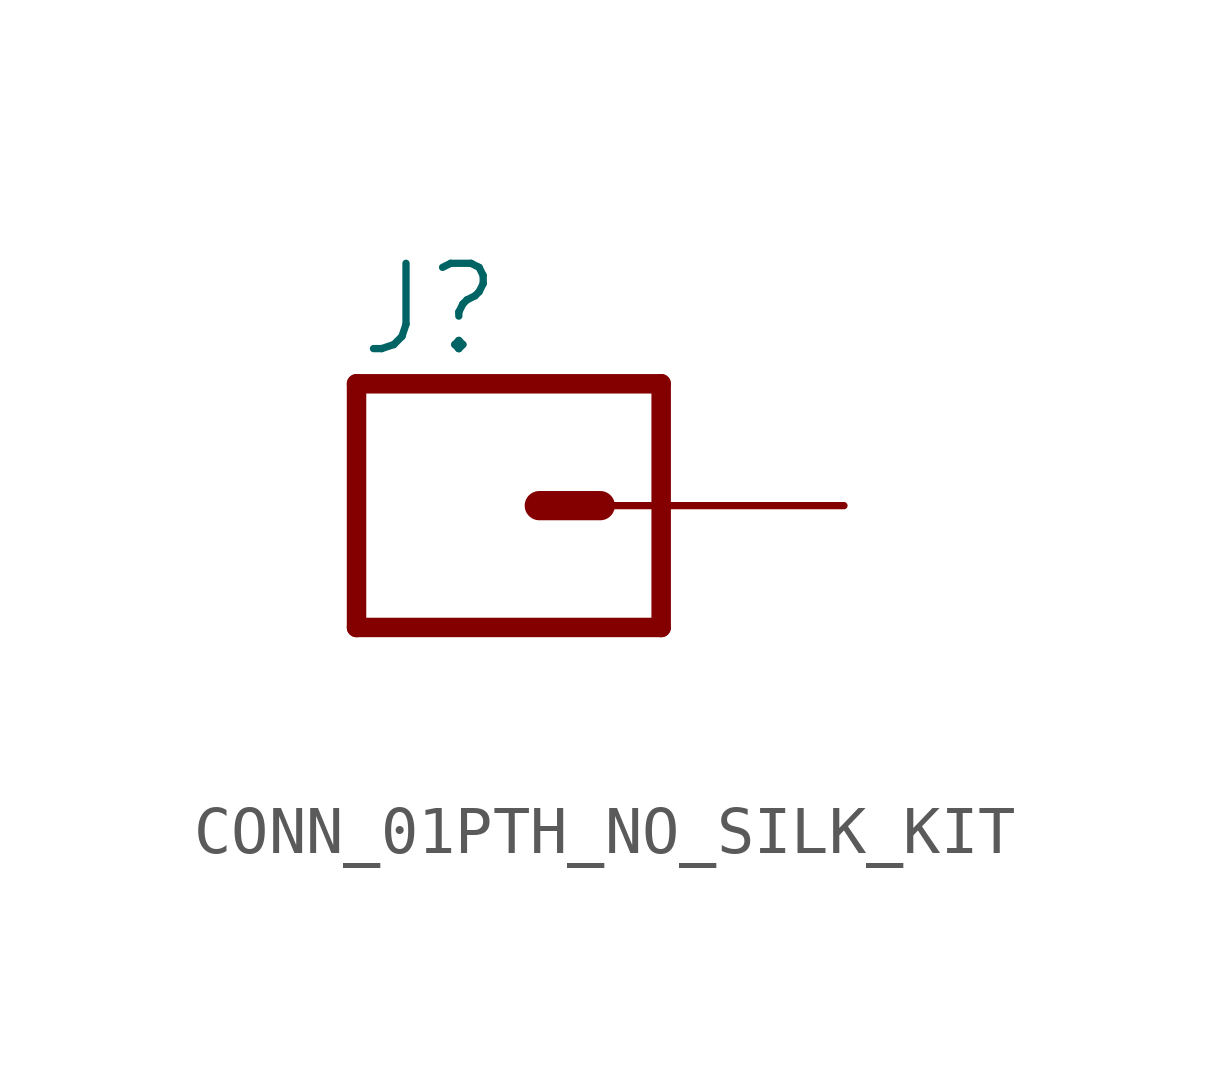
<source format=kicad_sym>
(kicad_symbol_lib
  (version 20220914)
  (generator kicad_symbol_editor)
  (symbol "CONN_01PTH_NO_SILK_KIT"
    (property "Reference" "J"
      (at -2.54 3.048 0)
      (effects (font (size 1.778 1.778)) (justify left bottom)))
    (property "Value" ""
      (at -2.54 -4.826 0)
      (effects (font (size 1.778 1.778)) (justify left bottom)))
    (property "ki_locked" ""
      (at 0 0 0)
      (effects (font (size 1.27 1.27))))
    (symbol "CONN_01PTH_NO_SILK_KIT_1_0"
      (polyline (pts (xy -2.54 2.54) (xy -2.54 -2.54)) (stroke (width 0.406) (type solid)) (fill (type none)))
      (polyline (pts (xy -2.54 2.54) (xy 3.81 2.54)) (stroke (width 0.406) (type solid)) (fill (type none)))
      (polyline (pts (xy 1.27 0) (xy 2.54 0)) (stroke (width 0.61) (type solid)) (fill (type none)))
      (polyline (pts (xy 3.81 -2.54) (xy -2.54 -2.54)) (stroke (width 0.406) (type solid)) (fill (type none)))
      (polyline (pts (xy 3.81 -2.54) (xy 3.81 2.54)) (stroke (width 0.406) (type solid)) (fill (type none)))
      (pin passive line (at 7.62 0 180) (length 5.08) (name "1" (effects (font (size 0 0)))) (number "1" (effects (font (size 0 0))))))))
</source>
